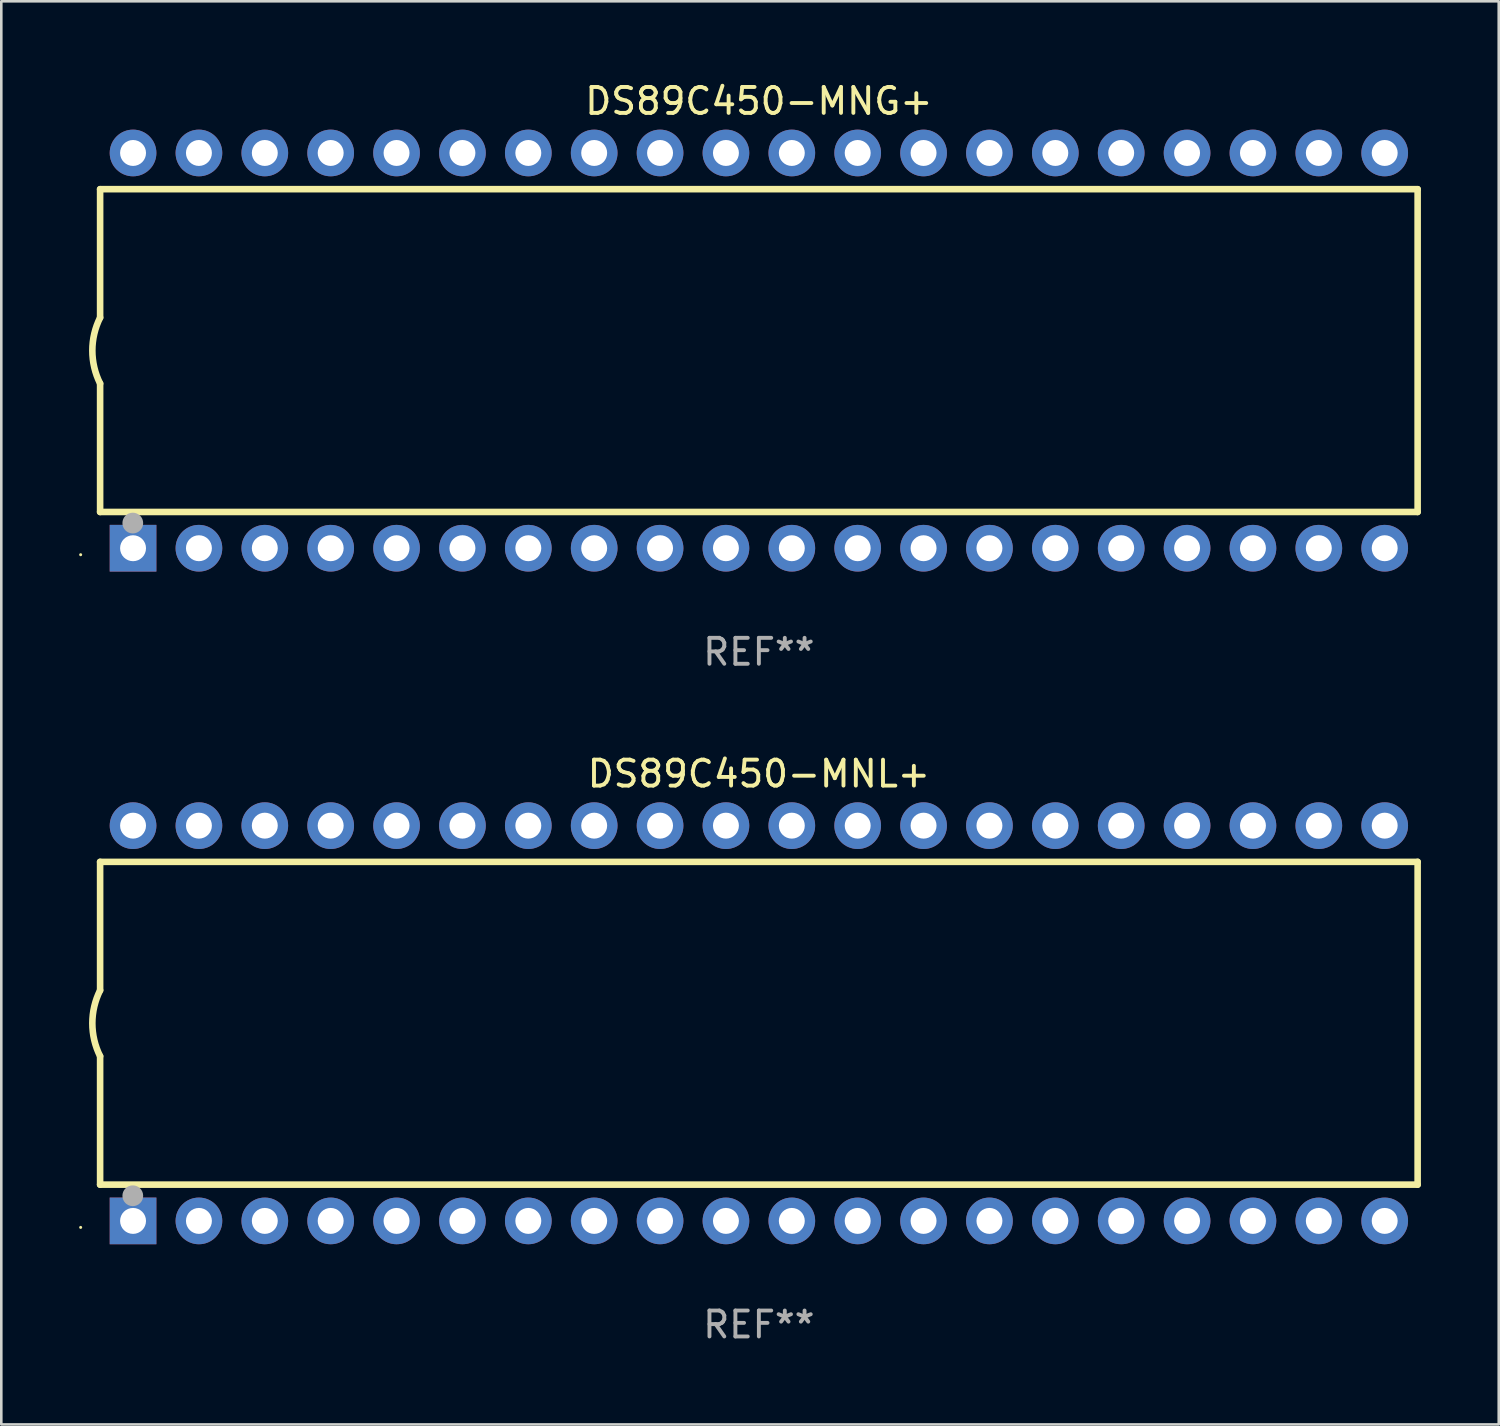
<source format=kicad_pcb>
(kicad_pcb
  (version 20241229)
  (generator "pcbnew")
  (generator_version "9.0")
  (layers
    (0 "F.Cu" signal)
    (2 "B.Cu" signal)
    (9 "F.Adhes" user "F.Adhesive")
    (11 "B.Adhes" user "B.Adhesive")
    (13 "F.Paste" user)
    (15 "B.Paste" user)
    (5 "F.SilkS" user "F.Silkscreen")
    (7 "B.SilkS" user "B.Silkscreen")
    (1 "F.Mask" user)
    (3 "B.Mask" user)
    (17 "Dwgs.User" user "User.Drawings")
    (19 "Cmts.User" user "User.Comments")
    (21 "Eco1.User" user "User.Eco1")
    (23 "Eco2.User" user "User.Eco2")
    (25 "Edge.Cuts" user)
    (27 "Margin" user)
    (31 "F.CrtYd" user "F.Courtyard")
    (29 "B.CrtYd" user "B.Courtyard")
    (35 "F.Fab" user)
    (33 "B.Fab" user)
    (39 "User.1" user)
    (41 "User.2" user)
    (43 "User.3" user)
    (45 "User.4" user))
  (footprint "DS89C450-MNL+"
    (layer "F.Cu")
    (at 26.21 36.405)
    (property "Reference" "DS89C450-MNL+" (at 0 -9.62 0) (layer "F.SilkS") (effects (font (size 1 1) (thickness 0.15))))
    (attr through_hole)
    (fp_line (start -25.4 -6.224) (end -25.4 -1.271) (stroke (width 0.254) (type solid)) (layer "F.SilkS"))
    (fp_line (start -25.4 -6.224) (end 25.4 -6.224) (stroke (width 0.254) (type solid)) (layer "F.SilkS"))
    (fp_line (start -25.4 1.269) (end -25.4 6.222) (stroke (width 0.254) (type solid)) (layer "F.SilkS"))
    (fp_line (start -25.4 6.222) (end 25.4 6.222) (stroke (width 0.254) (type solid)) (layer "F.SilkS"))
    (fp_line (start 25.4 6.222) (end 25.4 -6.224) (stroke (width 0.254) (type solid)) (layer "F.SilkS"))
    (fp_arc (start -25.4 1.269241) (mid -25.699807 -0.000762) (end -25.4 -1.270765) (stroke (width 0.254001) (type solid)) (layer "F.SilkS"))
    (fp_circle (center -26.15 7.87) (end -26.12 7.87) (stroke (width 0.06) (type solid)) (fill no) (layer "F.SilkS"))
    (fp_circle (center -24.14 6.65) (end -23.94 6.65) (stroke (width 0.4) (type solid)) (fill no) (layer "F.Fab"))
    (fp_text user "REF**" (at 0 11.62 0) (layer "F.Fab") (effects (font (size 1 1) (thickness 0.15))))
    (pad "1" thru_hole rect (at -24.13 7.62 90) (size 1.8 1.8) (drill 1) (layers "*.Cu" "*.Mask"))
    (pad "2" thru_hole circle (at -21.59 7.62) (size 1.8 1.8) (drill 1) (layers "*.Cu" "*.Mask"))
    (pad "3" thru_hole circle (at -19.05 7.62) (size 1.8 1.8) (drill 1) (layers "*.Cu" "*.Mask"))
    (pad "4" thru_hole circle (at -16.51 7.62) (size 1.8 1.8) (drill 1) (layers "*.Cu" "*.Mask"))
    (pad "5" thru_hole circle (at -13.97 7.62) (size 1.8 1.8) (drill 1) (layers "*.Cu" "*.Mask"))
    (pad "6" thru_hole circle (at -11.43 7.62) (size 1.8 1.8) (drill 1) (layers "*.Cu" "*.Mask"))
    (pad "7" thru_hole circle (at -8.89 7.62) (size 1.8 1.8) (drill 1) (layers "*.Cu" "*.Mask"))
    (pad "8" thru_hole circle (at -6.35 7.62) (size 1.8 1.8) (drill 1) (layers "*.Cu" "*.Mask"))
    (pad "9" thru_hole circle (at -3.81 7.62) (size 1.8 1.8) (drill 1) (layers "*.Cu" "*.Mask"))
    (pad "10" thru_hole circle (at -1.27 7.62) (size 1.8 1.8) (drill 1) (layers "*.Cu" "*.Mask"))
    (pad "11" thru_hole circle (at 1.27 7.62) (size 1.8 1.8) (drill 1) (layers "*.Cu" "*.Mask"))
    (pad "12" thru_hole circle (at 3.81 7.62) (size 1.8 1.8) (drill 1) (layers "*.Cu" "*.Mask"))
    (pad "13" thru_hole circle (at 6.35 7.62) (size 1.8 1.8) (drill 1) (layers "*.Cu" "*.Mask"))
    (pad "14" thru_hole circle (at 8.89 7.62) (size 1.8 1.8) (drill 1) (layers "*.Cu" "*.Mask"))
    (pad "15" thru_hole circle (at 11.43 7.62) (size 1.8 1.8) (drill 1) (layers "*.Cu" "*.Mask"))
    (pad "16" thru_hole circle (at 13.97 7.62) (size 1.8 1.8) (drill 1) (layers "*.Cu" "*.Mask"))
    (pad "17" thru_hole circle (at 16.51 7.62) (size 1.8 1.8) (drill 1) (layers "*.Cu" "*.Mask"))
    (pad "18" thru_hole circle (at 19.05 7.62) (size 1.8 1.8) (drill 1) (layers "*.Cu" "*.Mask"))
    (pad "19" thru_hole circle (at 21.59 7.62) (size 1.8 1.8) (drill 1) (layers "*.Cu" "*.Mask"))
    (pad "20" thru_hole circle (at 24.13 7.62) (size 1.8 1.8) (drill 1) (layers "*.Cu" "*.Mask"))
    (pad "21" thru_hole circle (at 24.13 -7.62) (size 1.8 1.8) (drill 1) (layers "*.Cu" "*.Mask"))
    (pad "22" thru_hole circle (at 21.59 -7.62) (size 1.8 1.8) (drill 1) (layers "*.Cu" "*.Mask"))
    (pad "23" thru_hole circle (at 19.05 -7.62) (size 1.8 1.8) (drill 1) (layers "*.Cu" "*.Mask"))
    (pad "24" thru_hole circle (at 16.51 -7.62) (size 1.8 1.8) (drill 1) (layers "*.Cu" "*.Mask"))
    (pad "25" thru_hole circle (at 13.97 -7.62) (size 1.8 1.8) (drill 1) (layers "*.Cu" "*.Mask"))
    (pad "26" thru_hole circle (at 11.43 -7.62) (size 1.8 1.8) (drill 1) (layers "*.Cu" "*.Mask"))
    (pad "27" thru_hole circle (at 8.89 -7.62) (size 1.8 1.8) (drill 1) (layers "*.Cu" "*.Mask"))
    (pad "28" thru_hole circle (at 6.35 -7.62) (size 1.8 1.8) (drill 1) (layers "*.Cu" "*.Mask"))
    (pad "29" thru_hole circle (at 3.81 -7.62) (size 1.8 1.8) (drill 1) (layers "*.Cu" "*.Mask"))
    (pad "30" thru_hole circle (at 1.27 -7.62) (size 1.8 1.8) (drill 1) (layers "*.Cu" "*.Mask"))
    (pad "31" thru_hole circle (at -1.27 -7.62) (size 1.8 1.8) (drill 1) (layers "*.Cu" "*.Mask"))
    (pad "32" thru_hole circle (at -3.81 -7.62) (size 1.8 1.8) (drill 1) (layers "*.Cu" "*.Mask"))
    (pad "33" thru_hole circle (at -6.35 -7.62) (size 1.8 1.8) (drill 1) (layers "*.Cu" "*.Mask"))
    (pad "34" thru_hole circle (at -8.89 -7.62) (size 1.8 1.8) (drill 1) (layers "*.Cu" "*.Mask"))
    (pad "35" thru_hole circle (at -11.43 -7.62) (size 1.8 1.8) (drill 1) (layers "*.Cu" "*.Mask"))
    (pad "36" thru_hole circle (at -13.97 -7.62) (size 1.8 1.8) (drill 1) (layers "*.Cu" "*.Mask"))
    (pad "37" thru_hole circle (at -16.51 -7.62) (size 1.8 1.8) (drill 1) (layers "*.Cu" "*.Mask"))
    (pad "38" thru_hole circle (at -19.05 -7.62) (size 1.8 1.8) (drill 1) (layers "*.Cu" "*.Mask"))
    (pad "39" thru_hole circle (at -21.59 -7.62) (size 1.8 1.8) (drill 1) (layers "*.Cu" "*.Mask"))
    (pad "40" thru_hole circle (at -24.13 -7.62) (size 1.8 1.8) (drill 1) (layers "*.Cu" "*.Mask")))
  (footprint "DS89C450-MNG+"
    (layer "F.Cu")
    (at 26.21 10.468)
    (property "Reference" "DS89C450-MNG+" (at 0 -9.62 0) (layer "F.SilkS") (effects (font (size 1 1) (thickness 0.15))))
    (attr through_hole)
    (fp_line (start -25.4 -6.224) (end -25.4 -1.271) (stroke (width 0.254) (type solid)) (layer "F.SilkS"))
    (fp_line (start -25.4 -6.224) (end 25.4 -6.224) (stroke (width 0.254) (type solid)) (layer "F.SilkS"))
    (fp_line (start -25.4 1.269) (end -25.4 6.222) (stroke (width 0.254) (type solid)) (layer "F.SilkS"))
    (fp_line (start -25.4 6.222) (end 25.4 6.222) (stroke (width 0.254) (type solid)) (layer "F.SilkS"))
    (fp_line (start 25.4 6.222) (end 25.4 -6.224) (stroke (width 0.254) (type solid)) (layer "F.SilkS"))
    (fp_arc (start -25.4 1.269241) (mid -25.699807 -0.000762) (end -25.4 -1.270765) (stroke (width 0.254001) (type solid)) (layer "F.SilkS"))
    (fp_circle (center -26.15 7.87) (end -26.12 7.87) (stroke (width 0.06) (type solid)) (fill no) (layer "F.SilkS"))
    (fp_circle (center -24.14 6.65) (end -23.94 6.65) (stroke (width 0.4) (type solid)) (fill no) (layer "F.Fab"))
    (fp_text user "REF**" (at 0 11.62 0) (layer "F.Fab") (effects (font (size 1 1) (thickness 0.15))))
    (pad "1" thru_hole rect (at -24.13 7.62 90) (size 1.8 1.8) (drill 1) (layers "*.Cu" "*.Mask"))
    (pad "2" thru_hole circle (at -21.59 7.62) (size 1.8 1.8) (drill 1) (layers "*.Cu" "*.Mask"))
    (pad "3" thru_hole circle (at -19.05 7.62) (size 1.8 1.8) (drill 1) (layers "*.Cu" "*.Mask"))
    (pad "4" thru_hole circle (at -16.51 7.62) (size 1.8 1.8) (drill 1) (layers "*.Cu" "*.Mask"))
    (pad "5" thru_hole circle (at -13.97 7.62) (size 1.8 1.8) (drill 1) (layers "*.Cu" "*.Mask"))
    (pad "6" thru_hole circle (at -11.43 7.62) (size 1.8 1.8) (drill 1) (layers "*.Cu" "*.Mask"))
    (pad "7" thru_hole circle (at -8.89 7.62) (size 1.8 1.8) (drill 1) (layers "*.Cu" "*.Mask"))
    (pad "8" thru_hole circle (at -6.35 7.62) (size 1.8 1.8) (drill 1) (layers "*.Cu" "*.Mask"))
    (pad "9" thru_hole circle (at -3.81 7.62) (size 1.8 1.8) (drill 1) (layers "*.Cu" "*.Mask"))
    (pad "10" thru_hole circle (at -1.27 7.62) (size 1.8 1.8) (drill 1) (layers "*.Cu" "*.Mask"))
    (pad "11" thru_hole circle (at 1.27 7.62) (size 1.8 1.8) (drill 1) (layers "*.Cu" "*.Mask"))
    (pad "12" thru_hole circle (at 3.81 7.62) (size 1.8 1.8) (drill 1) (layers "*.Cu" "*.Mask"))
    (pad "13" thru_hole circle (at 6.35 7.62) (size 1.8 1.8) (drill 1) (layers "*.Cu" "*.Mask"))
    (pad "14" thru_hole circle (at 8.89 7.62) (size 1.8 1.8) (drill 1) (layers "*.Cu" "*.Mask"))
    (pad "15" thru_hole circle (at 11.43 7.62) (size 1.8 1.8) (drill 1) (layers "*.Cu" "*.Mask"))
    (pad "16" thru_hole circle (at 13.97 7.62) (size 1.8 1.8) (drill 1) (layers "*.Cu" "*.Mask"))
    (pad "17" thru_hole circle (at 16.51 7.62) (size 1.8 1.8) (drill 1) (layers "*.Cu" "*.Mask"))
    (pad "18" thru_hole circle (at 19.05 7.62) (size 1.8 1.8) (drill 1) (layers "*.Cu" "*.Mask"))
    (pad "19" thru_hole circle (at 21.59 7.62) (size 1.8 1.8) (drill 1) (layers "*.Cu" "*.Mask"))
    (pad "20" thru_hole circle (at 24.13 7.62) (size 1.8 1.8) (drill 1) (layers "*.Cu" "*.Mask"))
    (pad "21" thru_hole circle (at 24.13 -7.62) (size 1.8 1.8) (drill 1) (layers "*.Cu" "*.Mask"))
    (pad "22" thru_hole circle (at 21.59 -7.62) (size 1.8 1.8) (drill 1) (layers "*.Cu" "*.Mask"))
    (pad "23" thru_hole circle (at 19.05 -7.62) (size 1.8 1.8) (drill 1) (layers "*.Cu" "*.Mask"))
    (pad "24" thru_hole circle (at 16.51 -7.62) (size 1.8 1.8) (drill 1) (layers "*.Cu" "*.Mask"))
    (pad "25" thru_hole circle (at 13.97 -7.62) (size 1.8 1.8) (drill 1) (layers "*.Cu" "*.Mask"))
    (pad "26" thru_hole circle (at 11.43 -7.62) (size 1.8 1.8) (drill 1) (layers "*.Cu" "*.Mask"))
    (pad "27" thru_hole circle (at 8.89 -7.62) (size 1.8 1.8) (drill 1) (layers "*.Cu" "*.Mask"))
    (pad "28" thru_hole circle (at 6.35 -7.62) (size 1.8 1.8) (drill 1) (layers "*.Cu" "*.Mask"))
    (pad "29" thru_hole circle (at 3.81 -7.62) (size 1.8 1.8) (drill 1) (layers "*.Cu" "*.Mask"))
    (pad "30" thru_hole circle (at 1.27 -7.62) (size 1.8 1.8) (drill 1) (layers "*.Cu" "*.Mask"))
    (pad "31" thru_hole circle (at -1.27 -7.62) (size 1.8 1.8) (drill 1) (layers "*.Cu" "*.Mask"))
    (pad "32" thru_hole circle (at -3.81 -7.62) (size 1.8 1.8) (drill 1) (layers "*.Cu" "*.Mask"))
    (pad "33" thru_hole circle (at -6.35 -7.62) (size 1.8 1.8) (drill 1) (layers "*.Cu" "*.Mask"))
    (pad "34" thru_hole circle (at -8.89 -7.62) (size 1.8 1.8) (drill 1) (layers "*.Cu" "*.Mask"))
    (pad "35" thru_hole circle (at -11.43 -7.62) (size 1.8 1.8) (drill 1) (layers "*.Cu" "*.Mask"))
    (pad "36" thru_hole circle (at -13.97 -7.62) (size 1.8 1.8) (drill 1) (layers "*.Cu" "*.Mask"))
    (pad "37" thru_hole circle (at -16.51 -7.62) (size 1.8 1.8) (drill 1) (layers "*.Cu" "*.Mask"))
    (pad "38" thru_hole circle (at -19.05 -7.62) (size 1.8 1.8) (drill 1) (layers "*.Cu" "*.Mask"))
    (pad "39" thru_hole circle (at -21.59 -7.62) (size 1.8 1.8) (drill 1) (layers "*.Cu" "*.Mask"))
    (pad "40" thru_hole circle (at -24.13 -7.62) (size 1.8 1.8) (drill 1) (layers "*.Cu" "*.Mask")))
  (gr_rect
    (start -3 -3)
    (end 54.737 51.873)
    (stroke (width 0.1) (type default))
    (fill no)
    (layer "Edge.Cuts")))
</source>
